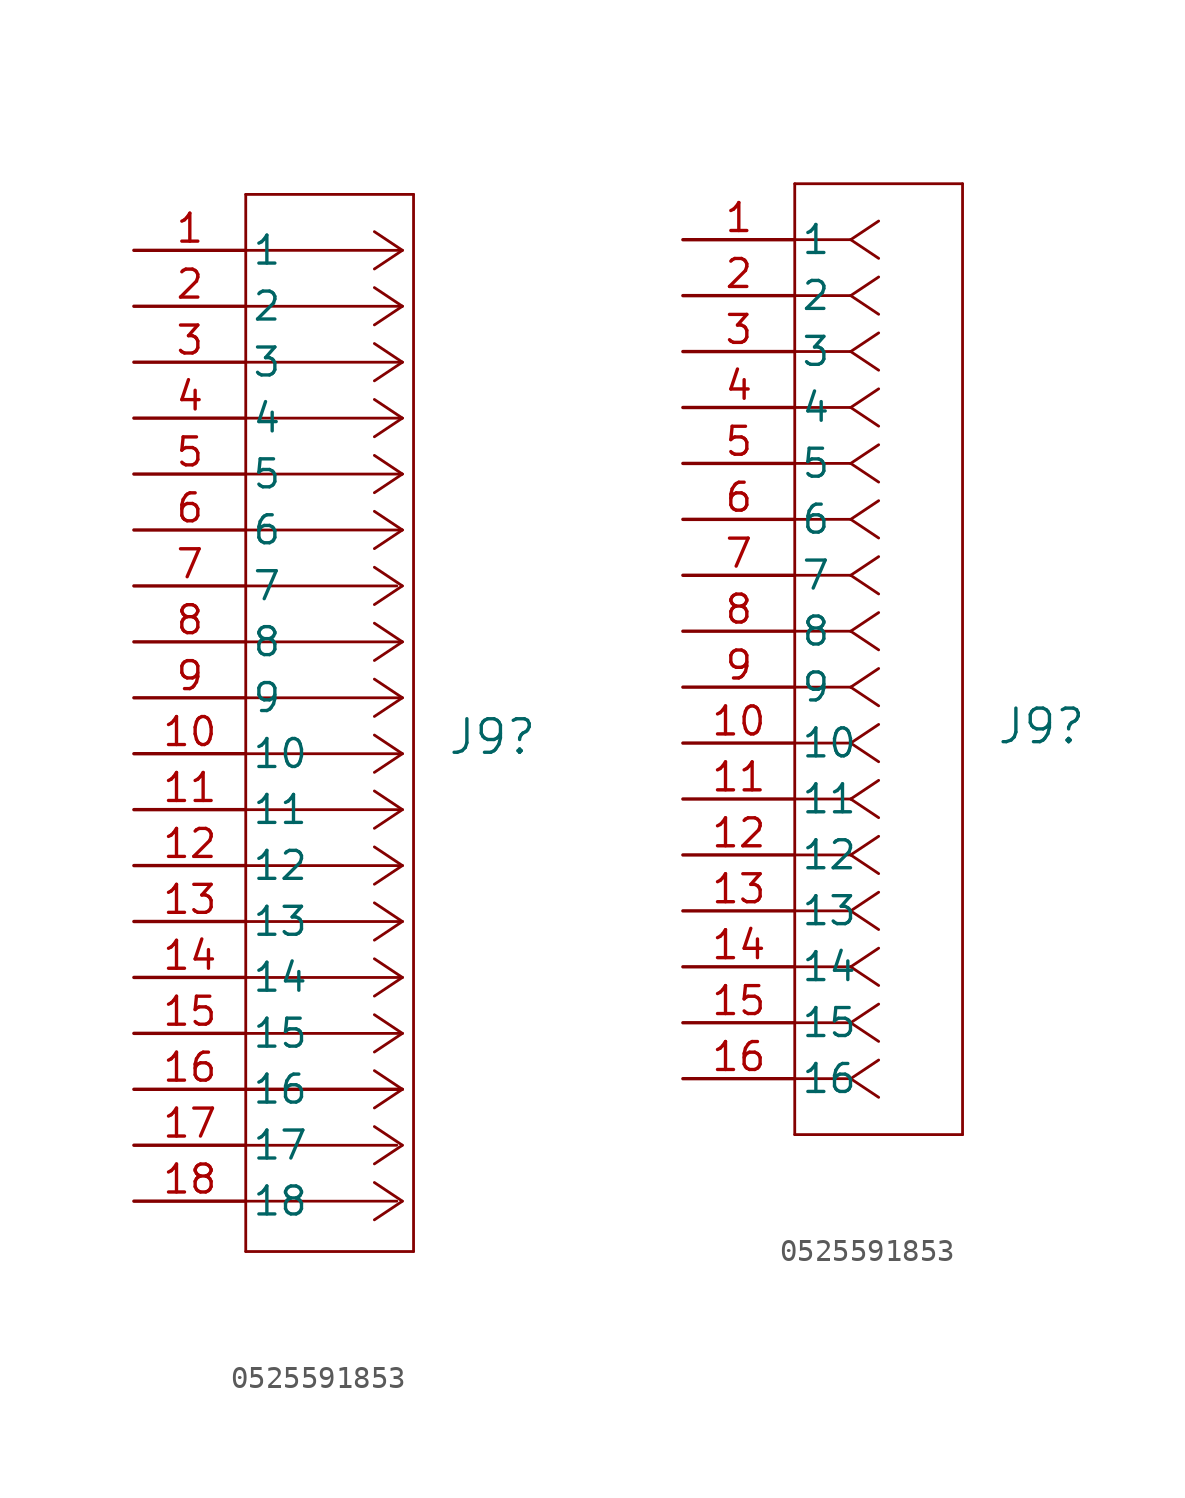
<source format=kicad_sym>
(kicad_symbol_lib
  (version 20211014)
  (generator kicad_symbol_editor)
  (symbol "0525591853"
    (pin_names
      (offset 0.254))
    (property "Reference" "J9"
      (at 14.224 -22.098 0)
      (effects (font (size 1.524 1.524)) (justify left)))
    (symbol "0525591853_1_1"
      (polyline (pts (xy 5.08 -45.466) (xy 12.7 -45.466)) (stroke (width 0.127) (type default) (color 0 0 0 0)) (fill (type none)))
      (polyline (pts (xy 5.08 2.54) (xy 5.08 -45.466)) (stroke (width 0.127) (type default) (color 0 0 0 0)) (fill (type none)))
      (polyline (pts (xy 11.938 -43.18) (xy 5.08 -43.18)) (stroke (width 0.127) (type default) (color 0 0 0 0)) (fill (type none)))
      (polyline (pts (xy 11.938 -40.64) (xy 5.08 -40.64)) (stroke (width 0.127) (type default) (color 0 0 0 0)) (fill (type none)))
      (polyline (pts (xy 11.938 -15.24) (xy 5.08 -15.24)) (stroke (width 0.127) (type default) (color 0 0 0 0)) (fill (type none)))
      (polyline (pts (xy 12.192 -43.18) (xy 10.922 -44.027)) (stroke (width 0.127) (type default) (color 0 0 0 0)) (fill (type none)))
      (polyline (pts (xy 12.192 -43.18) (xy 10.922 -42.333)) (stroke (width 0.127) (type default) (color 0 0 0 0)) (fill (type none)))
      (polyline (pts (xy 12.192 -40.64) (xy 10.922 -41.487)) (stroke (width 0.127) (type default) (color 0 0 0 0)) (fill (type none)))
      (polyline (pts (xy 12.192 -40.64) (xy 10.922 -39.793)) (stroke (width 0.127) (type default) (color 0 0 0 0)) (fill (type none)))
      (polyline (pts (xy 12.192 -38.1) (xy 5.08 -38.1)) (stroke (width 0) (type default) (color 0 0 0 0)) (fill (type none)))
      (polyline (pts (xy 12.192 -38.1) (xy 10.922 -38.947)) (stroke (width 0.127) (type default) (color 0 0 0 0)) (fill (type none)))
      (polyline (pts (xy 12.192 -38.1) (xy 10.922 -37.253)) (stroke (width 0.127) (type default) (color 0 0 0 0)) (fill (type none)))
      (polyline (pts (xy 12.192 -35.56) (xy 5.08 -35.56)) (stroke (width 0.127) (type default) (color 0 0 0 0)) (fill (type none)))
      (polyline (pts (xy 12.192 -35.56) (xy 10.922 -36.407)) (stroke (width 0.127) (type default) (color 0 0 0 0)) (fill (type none)))
      (polyline (pts (xy 12.192 -35.56) (xy 10.922 -34.713)) (stroke (width 0.127) (type default) (color 0 0 0 0)) (fill (type none)))
      (polyline (pts (xy 12.192 -33.02) (xy 5.08 -33.02)) (stroke (width 0.127) (type default) (color 0 0 0 0)) (fill (type none)))
      (polyline (pts (xy 12.192 -33.02) (xy 10.922 -33.867)) (stroke (width 0.127) (type default) (color 0 0 0 0)) (fill (type none)))
      (polyline (pts (xy 12.192 -33.02) (xy 10.922 -32.173)) (stroke (width 0.127) (type default) (color 0 0 0 0)) (fill (type none)))
      (polyline (pts (xy 12.192 -30.48) (xy 5.08 -30.48)) (stroke (width 0.127) (type default) (color 0 0 0 0)) (fill (type none)))
      (polyline (pts (xy 12.192 -30.48) (xy 10.922 -31.327)) (stroke (width 0.127) (type default) (color 0 0 0 0)) (fill (type none)))
      (polyline (pts (xy 12.192 -30.48) (xy 10.922 -29.633)) (stroke (width 0.127) (type default) (color 0 0 0 0)) (fill (type none)))
      (polyline (pts (xy 12.192 -27.94) (xy 5.08 -27.94)) (stroke (width 0.127) (type default) (color 0 0 0 0)) (fill (type none)))
      (polyline (pts (xy 12.192 -27.94) (xy 10.922 -28.787)) (stroke (width 0.127) (type default) (color 0 0 0 0)) (fill (type none)))
      (polyline (pts (xy 12.192 -27.94) (xy 10.922 -27.093)) (stroke (width 0.127) (type default) (color 0 0 0 0)) (fill (type none)))
      (polyline (pts (xy 12.192 -25.4) (xy 5.08 -25.4)) (stroke (width 0.127) (type default) (color 0 0 0 0)) (fill (type none)))
      (polyline (pts (xy 12.192 -25.4) (xy 10.922 -26.247)) (stroke (width 0.127) (type default) (color 0 0 0 0)) (fill (type none)))
      (polyline (pts (xy 12.192 -25.4) (xy 10.922 -24.553)) (stroke (width 0.127) (type default) (color 0 0 0 0)) (fill (type none)))
      (polyline (pts (xy 12.192 -22.86) (xy 5.08 -22.86)) (stroke (width 0.127) (type default) (color 0 0 0 0)) (fill (type none)))
      (polyline (pts (xy 12.192 -22.86) (xy 10.922 -23.707)) (stroke (width 0.127) (type default) (color 0 0 0 0)) (fill (type none)))
      (polyline (pts (xy 12.192 -22.86) (xy 10.922 -22.013)) (stroke (width 0.127) (type default) (color 0 0 0 0)) (fill (type none)))
      (polyline (pts (xy 12.192 -20.32) (xy 5.08 -20.32)) (stroke (width 0.127) (type default) (color 0 0 0 0)) (fill (type none)))
      (polyline (pts (xy 12.192 -20.32) (xy 10.922 -21.167)) (stroke (width 0.127) (type default) (color 0 0 0 0)) (fill (type none)))
      (polyline (pts (xy 12.192 -20.32) (xy 10.922 -19.473)) (stroke (width 0.127) (type default) (color 0 0 0 0)) (fill (type none)))
      (polyline (pts (xy 12.192 -17.78) (xy 5.08 -17.78)) (stroke (width 0.127) (type default) (color 0 0 0 0)) (fill (type none)))
      (polyline (pts (xy 12.192 -17.78) (xy 10.922 -18.627)) (stroke (width 0.127) (type default) (color 0 0 0 0)) (fill (type none)))
      (polyline (pts (xy 12.192 -17.78) (xy 10.922 -16.933)) (stroke (width 0.127) (type default) (color 0 0 0 0)) (fill (type none)))
      (polyline (pts (xy 12.192 -15.24) (xy 10.922 -16.087)) (stroke (width 0.127) (type default) (color 0 0 0 0)) (fill (type none)))
      (polyline (pts (xy 12.192 -15.24) (xy 10.922 -14.393)) (stroke (width 0.127) (type default) (color 0 0 0 0)) (fill (type none)))
      (polyline (pts (xy 12.192 -12.7) (xy 5.08 -12.7)) (stroke (width 0.127) (type default) (color 0 0 0 0)) (fill (type none)))
      (polyline (pts (xy 12.192 -12.7) (xy 10.922 -13.547)) (stroke (width 0.127) (type default) (color 0 0 0 0)) (fill (type none)))
      (polyline (pts (xy 12.192 -12.7) (xy 10.922 -11.853)) (stroke (width 0.127) (type default) (color 0 0 0 0)) (fill (type none)))
      (polyline (pts (xy 12.192 -10.16) (xy 5.08 -10.16)) (stroke (width 0.127) (type default) (color 0 0 0 0)) (fill (type none)))
      (polyline (pts (xy 12.192 -10.16) (xy 10.922 -11.007)) (stroke (width 0.127) (type default) (color 0 0 0 0)) (fill (type none)))
      (polyline (pts (xy 12.192 -10.16) (xy 10.922 -9.313)) (stroke (width 0.127) (type default) (color 0 0 0 0)) (fill (type none)))
      (polyline (pts (xy 12.192 -7.62) (xy 5.08 -7.62)) (stroke (width 0.127) (type default) (color 0 0 0 0)) (fill (type none)))
      (polyline (pts (xy 12.192 -7.62) (xy 10.922 -8.467)) (stroke (width 0.127) (type default) (color 0 0 0 0)) (fill (type none)))
      (polyline (pts (xy 12.192 -7.62) (xy 10.922 -6.773)) (stroke (width 0.127) (type default) (color 0 0 0 0)) (fill (type none)))
      (polyline (pts (xy 12.192 -5.08) (xy 5.08 -5.08)) (stroke (width 0.127) (type default) (color 0 0 0 0)) (fill (type none)))
      (polyline (pts (xy 12.192 -5.08) (xy 10.922 -5.927)) (stroke (width 0.127) (type default) (color 0 0 0 0)) (fill (type none)))
      (polyline (pts (xy 12.192 -5.08) (xy 10.922 -4.233)) (stroke (width 0.127) (type default) (color 0 0 0 0)) (fill (type none)))
      (polyline (pts (xy 12.192 -2.54) (xy 5.08 -2.54)) (stroke (width 0.127) (type default) (color 0 0 0 0)) (fill (type none)))
      (polyline (pts (xy 12.192 -2.54) (xy 10.922 -3.387)) (stroke (width 0.127) (type default) (color 0 0 0 0)) (fill (type none)))
      (polyline (pts (xy 12.192 -2.54) (xy 10.922 -1.693)) (stroke (width 0.127) (type default) (color 0 0 0 0)) (fill (type none)))
      (polyline (pts (xy 12.192 0) (xy 5.08 0)) (stroke (width 0.127) (type default) (color 0 0 0 0)) (fill (type none)))
      (polyline (pts (xy 12.192 0) (xy 10.922 -0.847)) (stroke (width 0.127) (type default) (color 0 0 0 0)) (fill (type none)))
      (polyline (pts (xy 12.192 0) (xy 10.922 0.847)) (stroke (width 0.127) (type default) (color 0 0 0 0)) (fill (type none)))
      (polyline (pts (xy 12.7 -45.466) (xy 12.7 2.54)) (stroke (width 0.127) (type default) (color 0 0 0 0)) (fill (type none)))
      (polyline (pts (xy 12.7 2.54) (xy 5.08 2.54)) (stroke (width 0.127) (type default) (color 0 0 0 0)) (fill (type none)))
      (pin unspecified line (at 0 0 0) (length 5.08) (name "1" (effects (font (size 1.27 1.27)))) (number "1" (effects (font (size 1.27 1.27)))))
      (pin unspecified line (at 0 -22.86 0) (length 5.08) (name "10" (effects (font (size 1.27 1.27)))) (number "10" (effects (font (size 1.27 1.27)))))
      (pin unspecified line (at 0 -25.4 0) (length 5.08) (name "11" (effects (font (size 1.27 1.27)))) (number "11" (effects (font (size 1.27 1.27)))))
      (pin unspecified line (at 0 -27.94 0) (length 5.08) (name "12" (effects (font (size 1.27 1.27)))) (number "12" (effects (font (size 1.27 1.27)))))
      (pin unspecified line (at 0 -30.48 0) (length 5.08) (name "13" (effects (font (size 1.27 1.27)))) (number "13" (effects (font (size 1.27 1.27)))))
      (pin unspecified line (at 0 -33.02 0) (length 5.08) (name "14" (effects (font (size 1.27 1.27)))) (number "14" (effects (font (size 1.27 1.27)))))
      (pin unspecified line (at 0 -35.56 0) (length 5.08) (name "15" (effects (font (size 1.27 1.27)))) (number "15" (effects (font (size 1.27 1.27)))))
      (pin unspecified line (at 0 -38.1 0) (length 5.08) (name "16" (effects (font (size 1.27 1.27)))) (number "16" (effects (font (size 1.27 1.27)))))
      (pin unspecified line (at 0 -40.64 0) (length 5.08) (name "17" (effects (font (size 1.27 1.27)))) (number "17" (effects (font (size 1.27 1.27)))))
      (pin unspecified line (at 0 -43.18 0) (length 5.08) (name "18" (effects (font (size 1.27 1.27)))) (number "18" (effects (font (size 1.27 1.27)))))
      (pin unspecified line (at 0 -2.54 0) (length 5.08) (name "2" (effects (font (size 1.27 1.27)))) (number "2" (effects (font (size 1.27 1.27)))))
      (pin unspecified line (at 0 -5.08 0) (length 5.08) (name "3" (effects (font (size 1.27 1.27)))) (number "3" (effects (font (size 1.27 1.27)))))
      (pin unspecified line (at 0 -7.62 0) (length 5.08) (name "4" (effects (font (size 1.27 1.27)))) (number "4" (effects (font (size 1.27 1.27)))))
      (pin unspecified line (at 0 -10.16 0) (length 5.08) (name "5" (effects (font (size 1.27 1.27)))) (number "5" (effects (font (size 1.27 1.27)))))
      (pin unspecified line (at 0 -12.7 0) (length 5.08) (name "6" (effects (font (size 1.27 1.27)))) (number "6" (effects (font (size 1.27 1.27)))))
      (pin unspecified line (at 0 -15.24 0) (length 5.08) (name "7" (effects (font (size 1.27 1.27)))) (number "7" (effects (font (size 1.27 1.27)))))
      (pin unspecified line (at 0 -17.78 0) (length 5.08) (name "8" (effects (font (size 1.27 1.27)))) (number "8" (effects (font (size 1.27 1.27)))))
      (pin unspecified line (at 0 -20.32 0) (length 5.08) (name "9" (effects (font (size 1.27 1.27)))) (number "9" (effects (font (size 1.27 1.27))))))
    (symbol "0525591853_1_2"
      (polyline (pts (xy 5.08 -40.64) (xy 12.7 -40.64)) (stroke (width 0.127) (type default) (color 0 0 0 0)) (fill (type none)))
      (polyline (pts (xy 5.08 2.54) (xy 5.08 -40.64)) (stroke (width 0.127) (type default) (color 0 0 0 0)) (fill (type none)))
      (polyline (pts (xy 7.62 -38.1) (xy 5.08 -38.1)) (stroke (width 0.127) (type default) (color 0 0 0 0)) (fill (type none)))
      (polyline (pts (xy 7.62 -38.1) (xy 8.89 -38.947)) (stroke (width 0.127) (type default) (color 0 0 0 0)) (fill (type none)))
      (polyline (pts (xy 7.62 -38.1) (xy 8.89 -37.253)) (stroke (width 0.127) (type default) (color 0 0 0 0)) (fill (type none)))
      (polyline (pts (xy 7.62 -35.56) (xy 5.08 -35.56)) (stroke (width 0.127) (type default) (color 0 0 0 0)) (fill (type none)))
      (polyline (pts (xy 7.62 -35.56) (xy 8.89 -36.407)) (stroke (width 0.127) (type default) (color 0 0 0 0)) (fill (type none)))
      (polyline (pts (xy 7.62 -35.56) (xy 8.89 -34.713)) (stroke (width 0.127) (type default) (color 0 0 0 0)) (fill (type none)))
      (polyline (pts (xy 7.62 -33.02) (xy 5.08 -33.02)) (stroke (width 0.127) (type default) (color 0 0 0 0)) (fill (type none)))
      (polyline (pts (xy 7.62 -33.02) (xy 8.89 -33.867)) (stroke (width 0.127) (type default) (color 0 0 0 0)) (fill (type none)))
      (polyline (pts (xy 7.62 -33.02) (xy 8.89 -32.173)) (stroke (width 0.127) (type default) (color 0 0 0 0)) (fill (type none)))
      (polyline (pts (xy 7.62 -30.48) (xy 5.08 -30.48)) (stroke (width 0.127) (type default) (color 0 0 0 0)) (fill (type none)))
      (polyline (pts (xy 7.62 -30.48) (xy 8.89 -31.327)) (stroke (width 0.127) (type default) (color 0 0 0 0)) (fill (type none)))
      (polyline (pts (xy 7.62 -30.48) (xy 8.89 -29.633)) (stroke (width 0.127) (type default) (color 0 0 0 0)) (fill (type none)))
      (polyline (pts (xy 7.62 -27.94) (xy 5.08 -27.94)) (stroke (width 0.127) (type default) (color 0 0 0 0)) (fill (type none)))
      (polyline (pts (xy 7.62 -27.94) (xy 8.89 -28.787)) (stroke (width 0.127) (type default) (color 0 0 0 0)) (fill (type none)))
      (polyline (pts (xy 7.62 -27.94) (xy 8.89 -27.093)) (stroke (width 0.127) (type default) (color 0 0 0 0)) (fill (type none)))
      (polyline (pts (xy 7.62 -25.4) (xy 5.08 -25.4)) (stroke (width 0.127) (type default) (color 0 0 0 0)) (fill (type none)))
      (polyline (pts (xy 7.62 -25.4) (xy 8.89 -26.247)) (stroke (width 0.127) (type default) (color 0 0 0 0)) (fill (type none)))
      (polyline (pts (xy 7.62 -25.4) (xy 8.89 -24.553)) (stroke (width 0.127) (type default) (color 0 0 0 0)) (fill (type none)))
      (polyline (pts (xy 7.62 -22.86) (xy 5.08 -22.86)) (stroke (width 0.127) (type default) (color 0 0 0 0)) (fill (type none)))
      (polyline (pts (xy 7.62 -22.86) (xy 8.89 -23.707)) (stroke (width 0.127) (type default) (color 0 0 0 0)) (fill (type none)))
      (polyline (pts (xy 7.62 -22.86) (xy 8.89 -22.013)) (stroke (width 0.127) (type default) (color 0 0 0 0)) (fill (type none)))
      (polyline (pts (xy 7.62 -20.32) (xy 5.08 -20.32)) (stroke (width 0.127) (type default) (color 0 0 0 0)) (fill (type none)))
      (polyline (pts (xy 7.62 -20.32) (xy 8.89 -21.167)) (stroke (width 0.127) (type default) (color 0 0 0 0)) (fill (type none)))
      (polyline (pts (xy 7.62 -20.32) (xy 8.89 -19.473)) (stroke (width 0.127) (type default) (color 0 0 0 0)) (fill (type none)))
      (polyline (pts (xy 7.62 -17.78) (xy 5.08 -17.78)) (stroke (width 0.127) (type default) (color 0 0 0 0)) (fill (type none)))
      (polyline (pts (xy 7.62 -17.78) (xy 8.89 -18.627)) (stroke (width 0.127) (type default) (color 0 0 0 0)) (fill (type none)))
      (polyline (pts (xy 7.62 -17.78) (xy 8.89 -16.933)) (stroke (width 0.127) (type default) (color 0 0 0 0)) (fill (type none)))
      (polyline (pts (xy 7.62 -15.24) (xy 5.08 -15.24)) (stroke (width 0.127) (type default) (color 0 0 0 0)) (fill (type none)))
      (polyline (pts (xy 7.62 -15.24) (xy 8.89 -16.087)) (stroke (width 0.127) (type default) (color 0 0 0 0)) (fill (type none)))
      (polyline (pts (xy 7.62 -15.24) (xy 8.89 -14.393)) (stroke (width 0.127) (type default) (color 0 0 0 0)) (fill (type none)))
      (polyline (pts (xy 7.62 -12.7) (xy 5.08 -12.7)) (stroke (width 0.127) (type default) (color 0 0 0 0)) (fill (type none)))
      (polyline (pts (xy 7.62 -12.7) (xy 8.89 -13.547)) (stroke (width 0.127) (type default) (color 0 0 0 0)) (fill (type none)))
      (polyline (pts (xy 7.62 -12.7) (xy 8.89 -11.853)) (stroke (width 0.127) (type default) (color 0 0 0 0)) (fill (type none)))
      (polyline (pts (xy 7.62 -10.16) (xy 5.08 -10.16)) (stroke (width 0.127) (type default) (color 0 0 0 0)) (fill (type none)))
      (polyline (pts (xy 7.62 -10.16) (xy 8.89 -11.007)) (stroke (width 0.127) (type default) (color 0 0 0 0)) (fill (type none)))
      (polyline (pts (xy 7.62 -10.16) (xy 8.89 -9.313)) (stroke (width 0.127) (type default) (color 0 0 0 0)) (fill (type none)))
      (polyline (pts (xy 7.62 -7.62) (xy 5.08 -7.62)) (stroke (width 0.127) (type default) (color 0 0 0 0)) (fill (type none)))
      (polyline (pts (xy 7.62 -7.62) (xy 8.89 -8.467)) (stroke (width 0.127) (type default) (color 0 0 0 0)) (fill (type none)))
      (polyline (pts (xy 7.62 -7.62) (xy 8.89 -6.773)) (stroke (width 0.127) (type default) (color 0 0 0 0)) (fill (type none)))
      (polyline (pts (xy 7.62 -5.08) (xy 5.08 -5.08)) (stroke (width 0.127) (type default) (color 0 0 0 0)) (fill (type none)))
      (polyline (pts (xy 7.62 -5.08) (xy 8.89 -5.927)) (stroke (width 0.127) (type default) (color 0 0 0 0)) (fill (type none)))
      (polyline (pts (xy 7.62 -5.08) (xy 8.89 -4.233)) (stroke (width 0.127) (type default) (color 0 0 0 0)) (fill (type none)))
      (polyline (pts (xy 7.62 -2.54) (xy 5.08 -2.54)) (stroke (width 0.127) (type default) (color 0 0 0 0)) (fill (type none)))
      (polyline (pts (xy 7.62 -2.54) (xy 8.89 -3.387)) (stroke (width 0.127) (type default) (color 0 0 0 0)) (fill (type none)))
      (polyline (pts (xy 7.62 -2.54) (xy 8.89 -1.693)) (stroke (width 0.127) (type default) (color 0 0 0 0)) (fill (type none)))
      (polyline (pts (xy 7.62 0) (xy 5.08 0)) (stroke (width 0.127) (type default) (color 0 0 0 0)) (fill (type none)))
      (polyline (pts (xy 7.62 0) (xy 8.89 -0.847)) (stroke (width 0.127) (type default) (color 0 0 0 0)) (fill (type none)))
      (polyline (pts (xy 7.62 0) (xy 8.89 0.847)) (stroke (width 0.127) (type default) (color 0 0 0 0)) (fill (type none)))
      (polyline (pts (xy 12.7 -40.64) (xy 12.7 2.54)) (stroke (width 0.127) (type default) (color 0 0 0 0)) (fill (type none)))
      (polyline (pts (xy 12.7 2.54) (xy 5.08 2.54)) (stroke (width 0.127) (type default) (color 0 0 0 0)) (fill (type none)))
      (pin unspecified line (at 0 0 0) (length 5.08) (name "1" (effects (font (size 1.27 1.27)))) (number "1" (effects (font (size 1.27 1.27)))))
      (pin unspecified line (at 0 -22.86 0) (length 5.08) (name "10" (effects (font (size 1.27 1.27)))) (number "10" (effects (font (size 1.27 1.27)))))
      (pin unspecified line (at 0 -25.4 0) (length 5.08) (name "11" (effects (font (size 1.27 1.27)))) (number "11" (effects (font (size 1.27 1.27)))))
      (pin unspecified line (at 0 -27.94 0) (length 5.08) (name "12" (effects (font (size 1.27 1.27)))) (number "12" (effects (font (size 1.27 1.27)))))
      (pin unspecified line (at 0 -30.48 0) (length 5.08) (name "13" (effects (font (size 1.27 1.27)))) (number "13" (effects (font (size 1.27 1.27)))))
      (pin unspecified line (at 0 -33.02 0) (length 5.08) (name "14" (effects (font (size 1.27 1.27)))) (number "14" (effects (font (size 1.27 1.27)))))
      (pin unspecified line (at 0 -35.56 0) (length 5.08) (name "15" (effects (font (size 1.27 1.27)))) (number "15" (effects (font (size 1.27 1.27)))))
      (pin unspecified line (at 0 -38.1 0) (length 5.08) (name "16" (effects (font (size 1.27 1.27)))) (number "16" (effects (font (size 1.27 1.27)))))
      (pin unspecified line (at 0 -2.54 0) (length 5.08) (name "2" (effects (font (size 1.27 1.27)))) (number "2" (effects (font (size 1.27 1.27)))))
      (pin unspecified line (at 0 -5.08 0) (length 5.08) (name "3" (effects (font (size 1.27 1.27)))) (number "3" (effects (font (size 1.27 1.27)))))
      (pin unspecified line (at 0 -7.62 0) (length 5.08) (name "4" (effects (font (size 1.27 1.27)))) (number "4" (effects (font (size 1.27 1.27)))))
      (pin unspecified line (at 0 -10.16 0) (length 5.08) (name "5" (effects (font (size 1.27 1.27)))) (number "5" (effects (font (size 1.27 1.27)))))
      (pin unspecified line (at 0 -12.7 0) (length 5.08) (name "6" (effects (font (size 1.27 1.27)))) (number "6" (effects (font (size 1.27 1.27)))))
      (pin unspecified line (at 0 -15.24 0) (length 5.08) (name "7" (effects (font (size 1.27 1.27)))) (number "7" (effects (font (size 1.27 1.27)))))
      (pin unspecified line (at 0 -17.78 0) (length 5.08) (name "8" (effects (font (size 1.27 1.27)))) (number "8" (effects (font (size 1.27 1.27)))))
      (pin unspecified line (at 0 -20.32 0) (length 5.08) (name "9" (effects (font (size 1.27 1.27)))) (number "9" (effects (font (size 1.27 1.27))))))))
</source>
